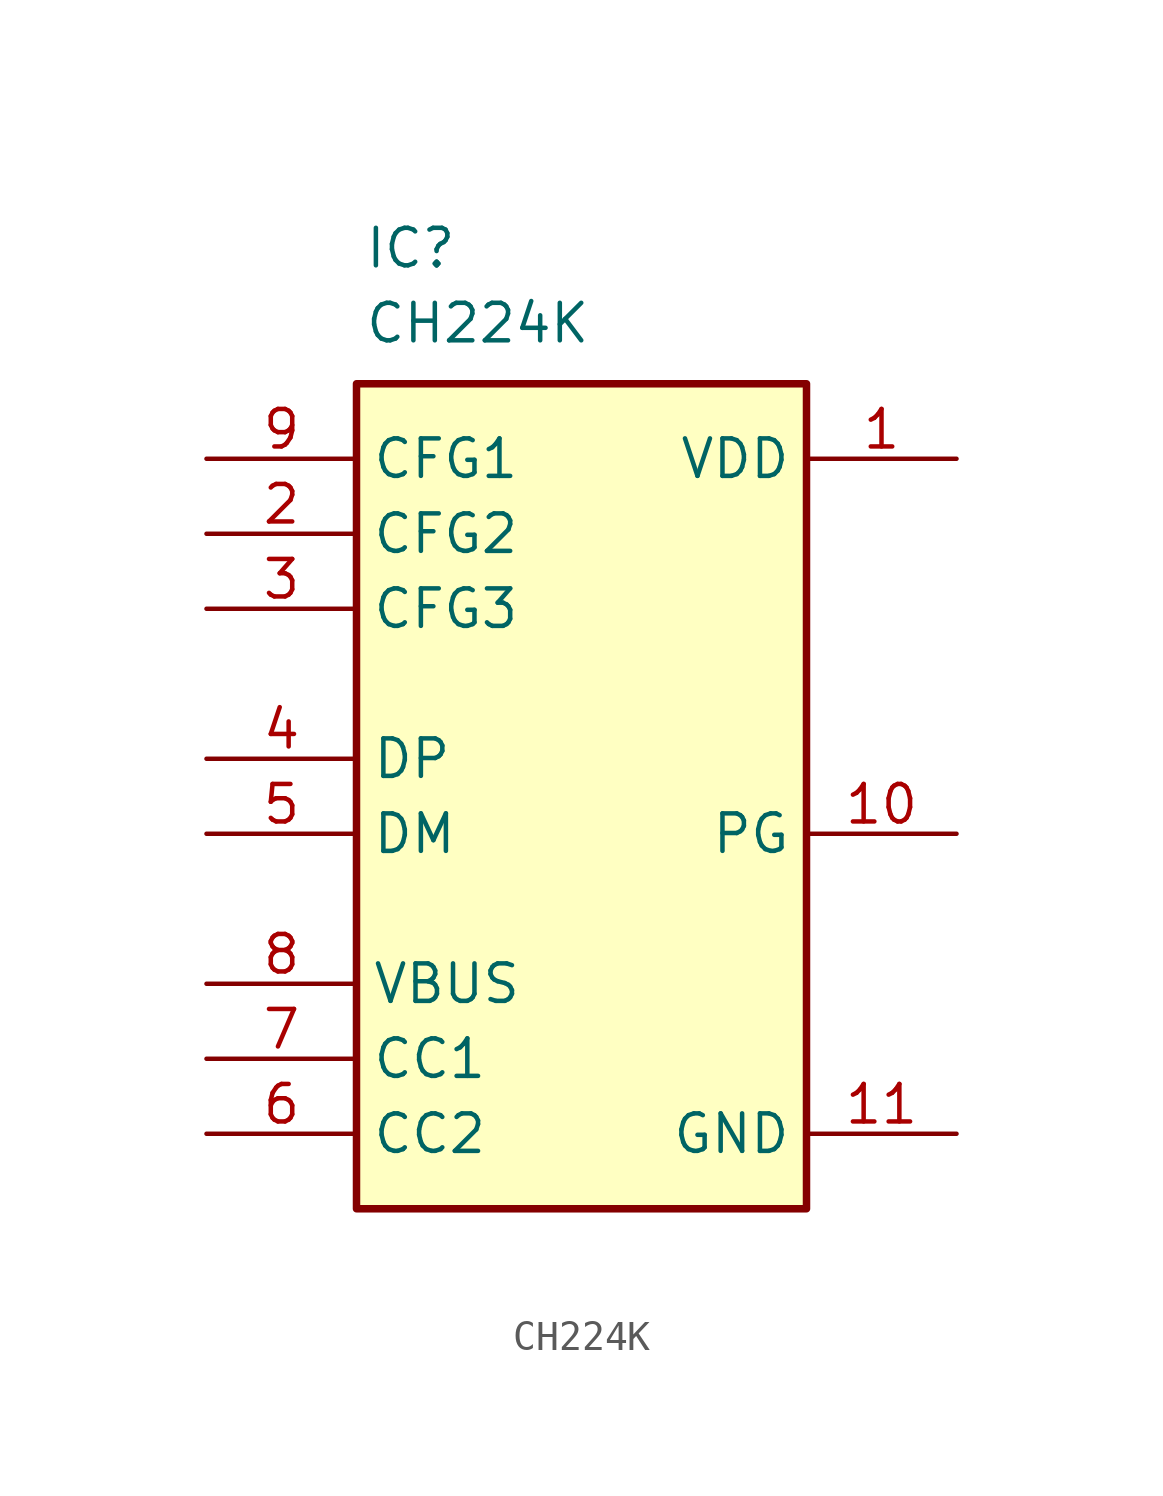
<source format=kicad_sym>
(kicad_symbol_lib
  (version 20231120)
  (generator "kicad_symbol_editor")
  (generator_version "8.0")
  (symbol "CH224K"
    (property "Reference" "IC"
      (at 5.334 20.574 0)
      (effects (font (size 1.27 1.27)) (justify left top)))
    (property "Value" "CH224K"
      (at 5.334 18.034 0)
      (effects (font (size 1.27 1.27)) (justify left top)))
    (symbol "CH224K_1_1"
      (rectangle (start 5.08 15.24) (end 20.32 -12.7) (stroke (width 0.254) (type default)) (fill (type background)))
      (pin power_out line (at 25.4 12.7 180) (length 5.08) (name "VDD" (effects (font (size 1.27 1.27)))) (number "1" (effects (font (size 1.27 1.27)))))
      (pin output line (at 25.4 0 180) (length 5.08) (name "PG" (effects (font (size 1.27 1.27)))) (number "10" (effects (font (size 1.27 1.27)))))
      (pin power_out line (at 25.4 -10.16 180) (length 5.08) (name "GND" (effects (font (size 1.27 1.27)))) (number "11" (effects (font (size 1.27 1.27)))))
      (pin input line (at 0 10.16 0) (length 5.08) (name "CFG2" (effects (font (size 1.27 1.27)))) (number "2" (effects (font (size 1.27 1.27)))))
      (pin input line (at 0 7.62 0) (length 5.08) (name "CFG3" (effects (font (size 1.27 1.27)))) (number "3" (effects (font (size 1.27 1.27)))))
      (pin bidirectional line (at 0 2.54 0) (length 5.08) (name "DP" (effects (font (size 1.27 1.27)))) (number "4" (effects (font (size 1.27 1.27)))))
      (pin bidirectional line (at 0 0 0) (length 5.08) (name "DM" (effects (font (size 1.27 1.27)))) (number "5" (effects (font (size 1.27 1.27)))))
      (pin bidirectional line (at 0 -10.16 0) (length 5.08) (name "CC2" (effects (font (size 1.27 1.27)))) (number "6" (effects (font (size 1.27 1.27)))))
      (pin bidirectional line (at 0 -7.62 0) (length 5.08) (name "CC1" (effects (font (size 1.27 1.27)))) (number "7" (effects (font (size 1.27 1.27)))))
      (pin power_in line (at 0 -5.08 0) (length 5.08) (name "VBUS" (effects (font (size 1.27 1.27)))) (number "8" (effects (font (size 1.27 1.27)))))
      (pin input line (at 0 12.7 0) (length 5.08) (name "CFG1" (effects (font (size 1.27 1.27)))) (number "9" (effects (font (size 1.27 1.27))))))))
</source>
